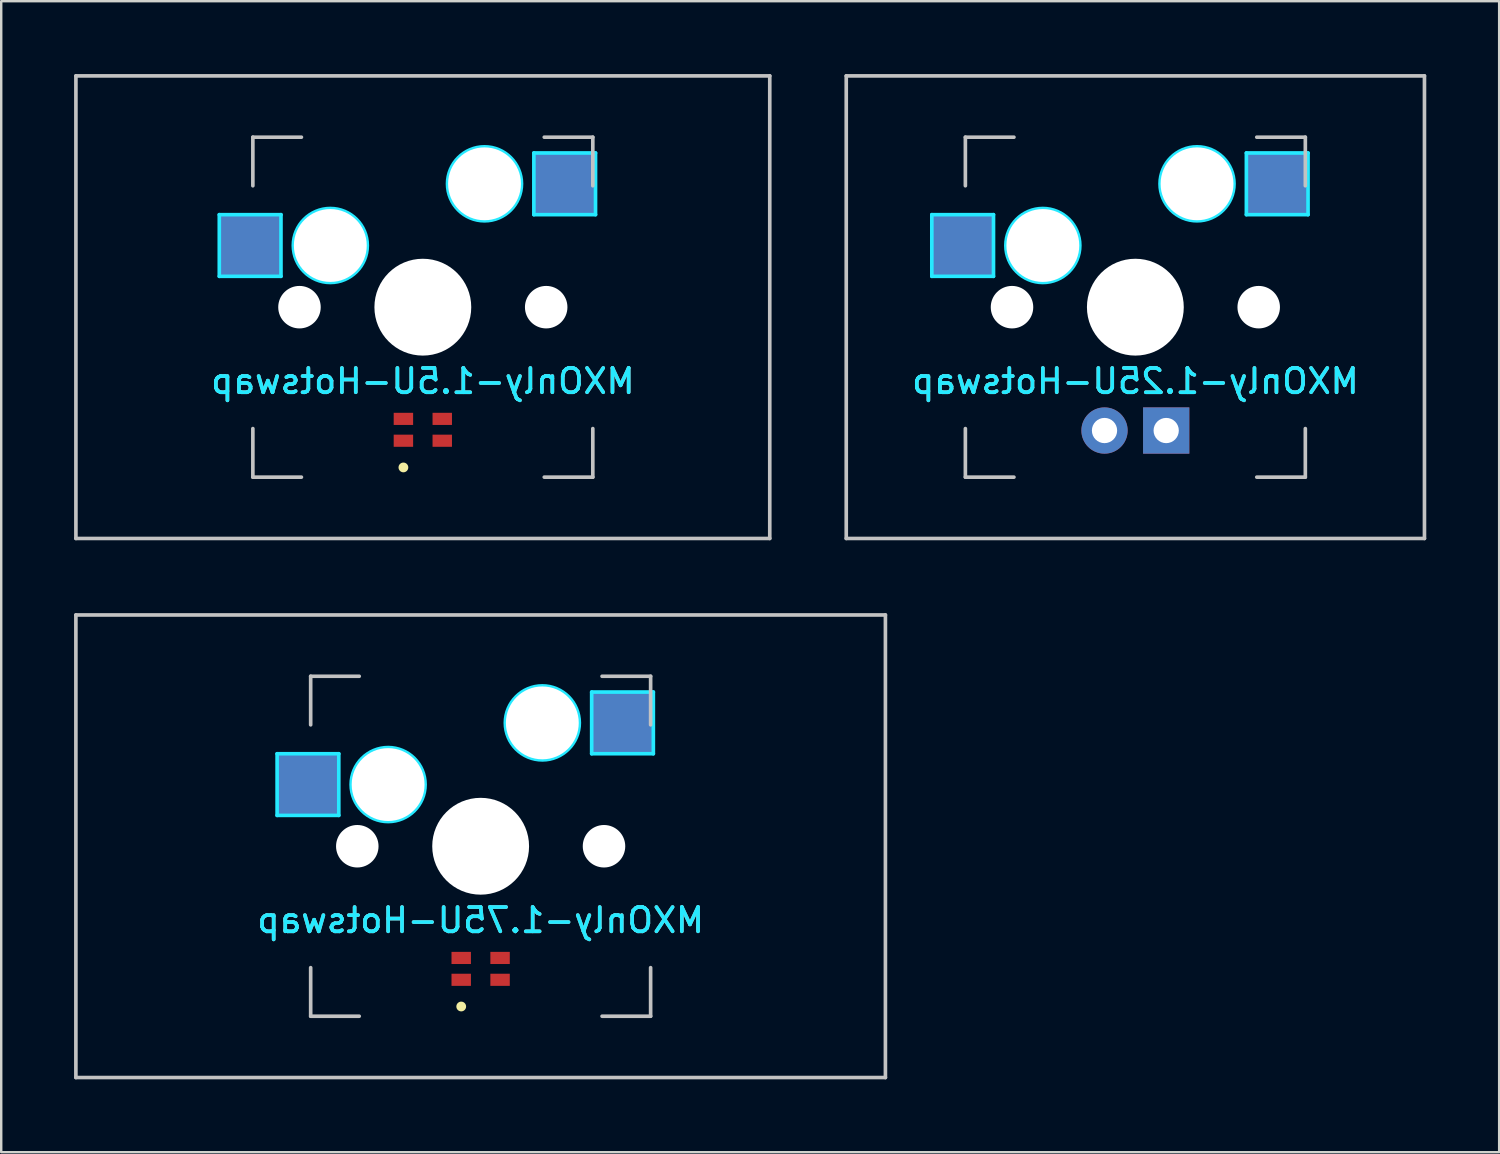
<source format=kicad_pcb>
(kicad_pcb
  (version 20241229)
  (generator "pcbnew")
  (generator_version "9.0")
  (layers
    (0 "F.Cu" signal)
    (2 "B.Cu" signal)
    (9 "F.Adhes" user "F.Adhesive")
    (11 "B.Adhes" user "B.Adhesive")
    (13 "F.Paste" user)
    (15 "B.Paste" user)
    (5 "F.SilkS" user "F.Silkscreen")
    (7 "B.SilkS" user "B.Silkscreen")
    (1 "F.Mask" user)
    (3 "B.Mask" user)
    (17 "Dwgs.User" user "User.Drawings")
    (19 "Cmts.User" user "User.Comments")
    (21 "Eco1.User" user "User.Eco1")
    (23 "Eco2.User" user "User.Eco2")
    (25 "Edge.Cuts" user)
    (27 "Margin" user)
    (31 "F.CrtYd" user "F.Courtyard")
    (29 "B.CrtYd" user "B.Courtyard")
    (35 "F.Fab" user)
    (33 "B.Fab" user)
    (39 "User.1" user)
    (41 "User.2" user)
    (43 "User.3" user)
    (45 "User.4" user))
  (footprint "MXOnly-1.25U-Hotswap"
    (layer "F.Cu")
    (at 43.706 9.6)
    (property "Reference" "MXOnly-1.25U-Hotswap" (at 0 3.048 0) (layer "B.CrtYd") (effects (font (size 1 1) (thickness 0.15)) (justify mirror)))
    (attr smd)
    (fp_line (start -11.906 -9.525) (end 11.906 -9.525) (stroke (width 0.15) (type solid)) (layer "Dwgs.User"))
    (fp_line (start -11.906 9.525) (end -11.906 -9.525) (stroke (width 0.15) (type solid)) (layer "Dwgs.User"))
    (fp_line (start -7 -7) (end -7 -5) (stroke (width 0.15) (type solid)) (layer "Dwgs.User"))
    (fp_line (start -7 5) (end -7 7) (stroke (width 0.15) (type solid)) (layer "Dwgs.User"))
    (fp_line (start -7 7) (end -5 7) (stroke (width 0.15) (type solid)) (layer "Dwgs.User"))
    (fp_line (start -5 -7) (end -7 -7) (stroke (width 0.15) (type solid)) (layer "Dwgs.User"))
    (fp_line (start 5 -7) (end 7 -7) (stroke (width 0.15) (type solid)) (layer "Dwgs.User"))
    (fp_line (start 5 7) (end 7 7) (stroke (width 0.15) (type solid)) (layer "Dwgs.User"))
    (fp_line (start 7 -7) (end 7 -5) (stroke (width 0.15) (type solid)) (layer "Dwgs.User"))
    (fp_line (start 7 7) (end 7 5) (stroke (width 0.15) (type solid)) (layer "Dwgs.User"))
    (fp_line (start 11.906 -9.525) (end 11.906 9.525) (stroke (width 0.15) (type solid)) (layer "Dwgs.User"))
    (fp_line (start 11.906 9.525) (end -11.906 9.525) (stroke (width 0.15) (type solid)) (layer "Dwgs.User"))
    (fp_line (start -8.382 -3.81) (end -5.842 -3.81) (stroke (width 0.15) (type solid)) (layer "B.CrtYd"))
    (fp_line (start -8.382 -1.27) (end -8.382 -3.81) (stroke (width 0.15) (type solid)) (layer "B.CrtYd"))
    (fp_line (start -5.842 -3.81) (end -5.842 -1.27) (stroke (width 0.15) (type solid)) (layer "B.CrtYd"))
    (fp_line (start -5.842 -1.27) (end -8.382 -1.27) (stroke (width 0.15) (type solid)) (layer "B.CrtYd"))
    (fp_line (start 4.572 -6.35) (end 7.112 -6.35) (stroke (width 0.15) (type solid)) (layer "B.CrtYd"))
    (fp_line (start 4.572 -3.81) (end 4.572 -6.35) (stroke (width 0.15) (type solid)) (layer "B.CrtYd"))
    (fp_line (start 7.112 -6.35) (end 7.112 -3.81) (stroke (width 0.15) (type solid)) (layer "B.CrtYd"))
    (fp_line (start 7.112 -3.81) (end 4.572 -3.81) (stroke (width 0.15) (type solid)) (layer "B.CrtYd"))
    (fp_circle (center -3.81 -2.54) (end -3.81 -4.064) (stroke (width 0.15) (type solid)) (fill no) (layer "B.CrtYd"))
    (fp_circle (center 2.54 -5.08) (end 2.54 -6.604) (stroke (width 0.15) (type solid)) (fill no) (layer "B.CrtYd"))
    (fp_text user "${REFERENCE}" (at 0 3.048 0) (layer "B.SilkS") (effects (font (size 1 1) (thickness 0.15)) (justify mirror)))
    (pad "" np_thru_hole circle (at -5.08 0 48.1) (size 1.75 1.75) (drill 1.75) (layers "*.Cu" "*.Mask"))
    (pad "" np_thru_hole circle (at -3.81 -2.54) (size 3 3) (drill 3) (layers "*.Cu" "*.Mask"))
    (pad "" np_thru_hole circle (at 0 0) (size 3.988 3.988) (drill 3.988) (layers "*.Cu" "*.Mask"))
    (pad "" np_thru_hole circle (at 2.54 -5.08) (size 3 3) (drill 3) (layers "*.Cu" "*.Mask"))
    (pad "" np_thru_hole circle (at 5.08 0 48.1) (size 1.75 1.75) (drill 1.75) (layers "*.Cu" "*.Mask"))
    (pad "1" smd rect (at -7.085 -2.54) (size 2.55 2.5) (layers "B.Cu" "B.Mask" "B.Paste"))
    (pad "2" smd rect (at 5.842 -5.08) (size 2.55 2.5) (layers "B.Cu" "B.Mask" "B.Paste"))
    (pad "3" thru_hole circle (at -1.27 5.08) (size 1.905 1.905) (drill 1.04) (layers "*.Cu" "*.Mask"))
    (pad "4" thru_hole rect (at 1.27 5.08) (size 1.905 1.905) (drill 1.04) (layers "*.Cu" "*.Mask")))
  (footprint "MXOnly-1.75U-Hotswap"
    (layer "F.Cu")
    (at 16.744 31.8)
    (property "Reference" "MXOnly-1.75U-Hotswap" (at 0 3.048 0) (layer "B.CrtYd") (effects (font (size 1 1) (thickness 0.15)) (justify mirror)))
    (attr smd)
    (fp_circle (center -0.8 6.6) (end -0.659 6.6) (stroke (width 0.12) (type solid)) (fill yes) (layer "F.SilkS"))
    (fp_line (start -16.669 -9.525) (end 16.669 -9.525) (stroke (width 0.15) (type solid)) (layer "Dwgs.User"))
    (fp_line (start -16.669 9.525) (end -16.669 -9.525) (stroke (width 0.15) (type solid)) (layer "Dwgs.User"))
    (fp_line (start -7 -7) (end -7 -5) (stroke (width 0.15) (type solid)) (layer "Dwgs.User"))
    (fp_line (start -7 5) (end -7 7) (stroke (width 0.15) (type solid)) (layer "Dwgs.User"))
    (fp_line (start -7 7) (end -5 7) (stroke (width 0.15) (type solid)) (layer "Dwgs.User"))
    (fp_line (start -5 -7) (end -7 -7) (stroke (width 0.15) (type solid)) (layer "Dwgs.User"))
    (fp_line (start 5 -7) (end 7 -7) (stroke (width 0.15) (type solid)) (layer "Dwgs.User"))
    (fp_line (start 5 7) (end 7 7) (stroke (width 0.15) (type solid)) (layer "Dwgs.User"))
    (fp_line (start 7 -7) (end 7 -5) (stroke (width 0.15) (type solid)) (layer "Dwgs.User"))
    (fp_line (start 7 7) (end 7 5) (stroke (width 0.15) (type solid)) (layer "Dwgs.User"))
    (fp_line (start 16.669 -9.525) (end 16.669 9.525) (stroke (width 0.15) (type solid)) (layer "Dwgs.User"))
    (fp_line (start 16.669 9.525) (end -16.669 9.525) (stroke (width 0.15) (type solid)) (layer "Dwgs.User"))
    (fp_line (start -8.382 -3.81) (end -5.842 -3.81) (stroke (width 0.15) (type solid)) (layer "B.CrtYd"))
    (fp_line (start -8.382 -1.27) (end -8.382 -3.81) (stroke (width 0.15) (type solid)) (layer "B.CrtYd"))
    (fp_line (start -5.842 -3.81) (end -5.842 -1.27) (stroke (width 0.15) (type solid)) (layer "B.CrtYd"))
    (fp_line (start -5.842 -1.27) (end -8.382 -1.27) (stroke (width 0.15) (type solid)) (layer "B.CrtYd"))
    (fp_line (start 4.572 -6.35) (end 7.112 -6.35) (stroke (width 0.15) (type solid)) (layer "B.CrtYd"))
    (fp_line (start 4.572 -3.81) (end 4.572 -6.35) (stroke (width 0.15) (type solid)) (layer "B.CrtYd"))
    (fp_line (start 7.112 -6.35) (end 7.112 -3.81) (stroke (width 0.15) (type solid)) (layer "B.CrtYd"))
    (fp_line (start 7.112 -3.81) (end 4.572 -3.81) (stroke (width 0.15) (type solid)) (layer "B.CrtYd"))
    (fp_circle (center -3.81 -2.54) (end -3.81 -4.064) (stroke (width 0.15) (type solid)) (fill no) (layer "B.CrtYd"))
    (fp_circle (center 2.54 -5.08) (end 2.54 -6.604) (stroke (width 0.15) (type solid)) (fill no) (layer "B.CrtYd"))
    (fp_text user "${REFERENCE}" (at 0 3.048 0) (layer "B.SilkS") (effects (font (size 1 1) (thickness 0.15)) (justify mirror)))
    (pad "" np_thru_hole circle (at -5.08 0 48.1) (size 1.75 1.75) (drill 1.75) (layers "*.Cu" "*.Mask"))
    (pad "" np_thru_hole circle (at -3.81 -2.54) (size 3 3) (drill 3) (layers "*.Cu" "*.Mask"))
    (pad "" np_thru_hole circle (at 0 0) (size 3.988 3.988) (drill 3.988) (layers "*.Cu" "*.Mask"))
    (pad "" np_thru_hole circle (at 2.54 -5.08) (size 3 3) (drill 3) (layers "*.Cu" "*.Mask"))
    (pad "" np_thru_hole circle (at 5.08 0 48.1) (size 1.75 1.75) (drill 1.75) (layers "*.Cu" "*.Mask"))
    (pad "1" smd rect (at -7.085 -2.54) (size 2.55 2.5) (layers "B.Cu" "B.Mask" "B.Paste"))
    (pad "2" smd rect (at 5.842 -5.08) (size 2.55 2.5) (layers "B.Cu" "B.Mask" "B.Paste"))
    (pad "3" smd rect (at -0.8 5.5 90) (size 0.5 0.8) (layers "F.Cu" "F.Mask" "F.Paste"))
    (pad "4" smd rect (at -0.8 4.6 90) (size 0.5 0.8) (layers "F.Cu" "F.Mask" "F.Paste"))
    (pad "5" smd rect (at 0.8 4.6 90) (size 0.5 0.8) (layers "F.Cu" "F.Mask" "F.Paste"))
    (pad "6" smd rect (at 0.8 5.5 90) (size 0.5 0.8) (layers "F.Cu" "F.Mask" "F.Paste")))
  (footprint "MXOnly-1.5U-Hotswap"
    (layer "F.Cu")
    (at 14.363 9.6)
    (property "Reference" "MXOnly-1.5U-Hotswap" (at 0 3.048 0) (layer "B.CrtYd") (effects (font (size 1 1) (thickness 0.15)) (justify mirror)))
    (attr smd)
    (fp_circle (center -0.8 6.6) (end -0.659 6.6) (stroke (width 0.12) (type solid)) (fill yes) (layer "F.SilkS"))
    (fp_line (start -14.287 -9.525) (end 14.287 -9.525) (stroke (width 0.15) (type solid)) (layer "Dwgs.User"))
    (fp_line (start -14.287 9.525) (end -14.287 -9.525) (stroke (width 0.15) (type solid)) (layer "Dwgs.User"))
    (fp_line (start -7 -7) (end -7 -5) (stroke (width 0.15) (type solid)) (layer "Dwgs.User"))
    (fp_line (start -7 5) (end -7 7) (stroke (width 0.15) (type solid)) (layer "Dwgs.User"))
    (fp_line (start -7 7) (end -5 7) (stroke (width 0.15) (type solid)) (layer "Dwgs.User"))
    (fp_line (start -5 -7) (end -7 -7) (stroke (width 0.15) (type solid)) (layer "Dwgs.User"))
    (fp_line (start 5 -7) (end 7 -7) (stroke (width 0.15) (type solid)) (layer "Dwgs.User"))
    (fp_line (start 5 7) (end 7 7) (stroke (width 0.15) (type solid)) (layer "Dwgs.User"))
    (fp_line (start 7 -7) (end 7 -5) (stroke (width 0.15) (type solid)) (layer "Dwgs.User"))
    (fp_line (start 7 7) (end 7 5) (stroke (width 0.15) (type solid)) (layer "Dwgs.User"))
    (fp_line (start 14.287 -9.525) (end 14.287 9.525) (stroke (width 0.15) (type solid)) (layer "Dwgs.User"))
    (fp_line (start 14.287 9.525) (end -14.287 9.525) (stroke (width 0.15) (type solid)) (layer "Dwgs.User"))
    (fp_line (start -8.382 -3.81) (end -5.842 -3.81) (stroke (width 0.15) (type solid)) (layer "B.CrtYd"))
    (fp_line (start -8.382 -1.27) (end -8.382 -3.81) (stroke (width 0.15) (type solid)) (layer "B.CrtYd"))
    (fp_line (start -5.842 -3.81) (end -5.842 -1.27) (stroke (width 0.15) (type solid)) (layer "B.CrtYd"))
    (fp_line (start -5.842 -1.27) (end -8.382 -1.27) (stroke (width 0.15) (type solid)) (layer "B.CrtYd"))
    (fp_line (start 4.572 -6.35) (end 7.112 -6.35) (stroke (width 0.15) (type solid)) (layer "B.CrtYd"))
    (fp_line (start 4.572 -3.81) (end 4.572 -6.35) (stroke (width 0.15) (type solid)) (layer "B.CrtYd"))
    (fp_line (start 7.112 -6.35) (end 7.112 -3.81) (stroke (width 0.15) (type solid)) (layer "B.CrtYd"))
    (fp_line (start 7.112 -3.81) (end 4.572 -3.81) (stroke (width 0.15) (type solid)) (layer "B.CrtYd"))
    (fp_circle (center -3.81 -2.54) (end -3.81 -4.064) (stroke (width 0.15) (type solid)) (fill no) (layer "B.CrtYd"))
    (fp_circle (center 2.54 -5.08) (end 2.54 -6.604) (stroke (width 0.15) (type solid)) (fill no) (layer "B.CrtYd"))
    (fp_text user "${REFERENCE}" (at 0 3.048 0) (layer "B.SilkS") (effects (font (size 1 1) (thickness 0.15)) (justify mirror)))
    (pad "" np_thru_hole circle (at -5.08 0 48.1) (size 1.75 1.75) (drill 1.75) (layers "*.Cu" "*.Mask"))
    (pad "" np_thru_hole circle (at -3.81 -2.54) (size 3 3) (drill 3) (layers "*.Cu" "*.Mask"))
    (pad "" np_thru_hole circle (at 0 0) (size 3.988 3.988) (drill 3.988) (layers "*.Cu" "*.Mask"))
    (pad "" np_thru_hole circle (at 2.54 -5.08) (size 3 3) (drill 3) (layers "*.Cu" "*.Mask"))
    (pad "" np_thru_hole circle (at 5.08 0 48.1) (size 1.75 1.75) (drill 1.75) (layers "*.Cu" "*.Mask"))
    (pad "1" smd rect (at -7.085 -2.54) (size 2.55 2.5) (layers "B.Cu" "B.Mask" "B.Paste"))
    (pad "2" smd rect (at 5.842 -5.08) (size 2.55 2.5) (layers "B.Cu" "B.Mask" "B.Paste"))
    (pad "3" smd rect (at -0.8 5.5 90) (size 0.5 0.8) (layers "F.Cu" "F.Mask" "F.Paste"))
    (pad "4" smd rect (at -0.8 4.6 90) (size 0.5 0.8) (layers "F.Cu" "F.Mask" "F.Paste"))
    (pad "5" smd rect (at 0.8 4.6 90) (size 0.5 0.8) (layers "F.Cu" "F.Mask" "F.Paste"))
    (pad "6" smd rect (at 0.8 5.5 90) (size 0.5 0.8) (layers "F.Cu" "F.Mask" "F.Paste")))
  (gr_rect
    (start -3 -3)
    (end 58.688 44.4)
    (stroke (width 0.1) (type default))
    (fill no)
    (layer "Edge.Cuts")))
</source>
